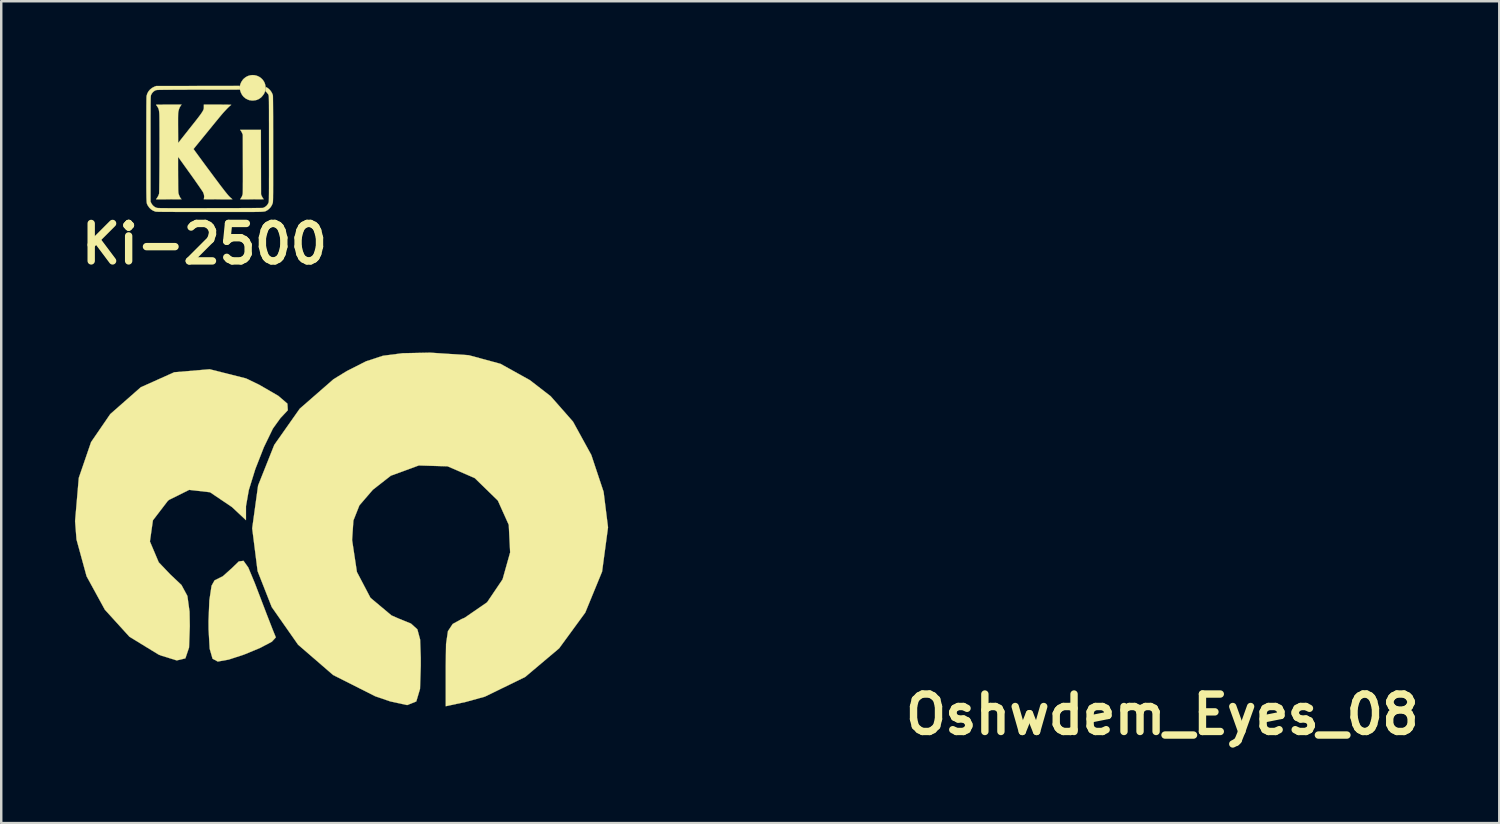
<source format=kicad_pcb>
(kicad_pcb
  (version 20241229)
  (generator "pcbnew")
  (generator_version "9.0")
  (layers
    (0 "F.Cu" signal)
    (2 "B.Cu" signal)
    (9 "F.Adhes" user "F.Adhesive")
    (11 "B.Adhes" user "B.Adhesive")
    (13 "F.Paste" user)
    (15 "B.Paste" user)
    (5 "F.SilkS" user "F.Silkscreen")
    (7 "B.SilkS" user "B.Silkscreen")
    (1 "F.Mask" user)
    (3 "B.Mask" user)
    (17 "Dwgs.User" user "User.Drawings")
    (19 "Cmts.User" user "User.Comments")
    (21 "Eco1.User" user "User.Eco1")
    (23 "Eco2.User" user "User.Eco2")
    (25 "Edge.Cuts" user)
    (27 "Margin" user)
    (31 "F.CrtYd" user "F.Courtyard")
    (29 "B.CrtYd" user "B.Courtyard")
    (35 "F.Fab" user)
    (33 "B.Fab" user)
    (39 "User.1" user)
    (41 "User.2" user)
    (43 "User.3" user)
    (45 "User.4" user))
  (footprint "Ki-2500"
    (layer "F.Cu")
    (at 5.494 2.802)
    (property "Reference" "Ki-2500" (at -0.225 4.075 0) (layer "F.SilkS") (effects (font (size 1.524 1.524) (thickness 0.3))))
    (attr through_hole)
    (fp_poly (pts (xy 2.075 0.744) (xy 2.078 2.057) (xy 2.1 2.113) (xy 2.12 2.153) (xy 2.143 2.194) (xy 2.154 2.212) (xy 2.185 2.255) (xy 1.707 2.258) (xy 1.611 2.258) (xy 1.521 2.259) (xy 1.44 2.259) (xy 1.369 2.259) (xy 1.31 2.258) (xy 1.266 2.258) (xy 1.239 2.257) (xy 1.229 2.256) (xy 1.235 2.247) (xy 1.249 2.227) (xy 1.253 2.221) (xy 1.3 2.143) (xy 1.329 2.056) (xy 1.331 2.047) (xy 1.332 2.03) (xy 1.334 2.001) (xy 1.336 1.959) (xy 1.337 1.903) (xy 1.338 1.832) (xy 1.339 1.746) (xy 1.339 1.644) (xy 1.34 1.526) (xy 1.34 1.39) (xy 1.34 1.236) (xy 1.34 1.064) (xy 1.339 0.872) (xy 1.339 0.808) (xy 1.336 -0.371) (xy 1.313 -0.426) (xy 1.294 -0.467) (xy 1.271 -0.508) (xy 1.259 -0.525) (xy 1.228 -0.569) (xy 2.072 -0.569) (xy 2.075 0.744)) (stroke (width 0.01) (type solid)) (fill yes) (layer "F.SilkS"))
    (fp_poly (pts (xy -1.193 -1.547) (xy -1.231 -1.483) (xy -1.261 -1.409) (xy -1.284 -1.32) (xy -1.285 -1.314) (xy -1.288 -1.295) (xy -1.291 -1.272) (xy -1.294 -1.244) (xy -1.296 -1.21) (xy -1.297 -1.167) (xy -1.298 -1.115) (xy -1.299 -1.051) (xy -1.299 -0.973) (xy -1.299 -0.88) (xy -1.299 -0.77) (xy -1.298 -0.642) (xy -1.298 -0.633) (xy -1.295 -0.032) (xy -1.158 -0.207) (xy -1.122 -0.251) (xy -1.077 -0.309) (xy -1.022 -0.378) (xy -0.961 -0.455) (xy -0.896 -0.538) (xy -0.828 -0.624) (xy -0.759 -0.711) (xy -0.706 -0.777) (xy -0.626 -0.878) (xy -0.558 -0.965) (xy -0.501 -1.039) (xy -0.452 -1.102) (xy -0.412 -1.156) (xy -0.378 -1.202) (xy -0.351 -1.241) (xy -0.328 -1.276) (xy -0.308 -1.307) (xy -0.291 -1.337) (xy -0.278 -1.361) (xy -0.264 -1.392) (xy -0.255 -1.42) (xy -0.25 -1.451) (xy -0.249 -1.494) (xy -0.249 -1.506) (xy -0.249 -1.595) (xy 0.307 -1.595) (xy 0.443 -1.595) (xy 0.561 -1.594) (xy 0.659 -1.593) (xy 0.739 -1.592) (xy 0.799 -1.591) (xy 0.84 -1.589) (xy 0.861 -1.586) (xy 0.864 -1.585) (xy 0.856 -1.575) (xy 0.853 -1.575) (xy 0.84 -1.568) (xy 0.816 -1.548) (xy 0.783 -1.517) (xy 0.742 -1.478) (xy 0.697 -1.433) (xy 0.65 -1.383) (xy 0.602 -1.332) (xy 0.556 -1.282) (xy 0.514 -1.234) (xy 0.481 -1.195) (xy 0.437 -1.143) (xy 0.385 -1.081) (xy 0.328 -1.011) (xy 0.267 -0.937) (xy 0.205 -0.862) (xy 0.153 -0.798) (xy 0.088 -0.718) (xy 0.014 -0.627) (xy -0.067 -0.528) (xy -0.15 -0.426) (xy -0.233 -0.324) (xy -0.312 -0.227) (xy -0.38 -0.144) (xy -0.44 -0.071) (xy -0.495 -0.003) (xy -0.545 0.058) (xy -0.588 0.111) (xy -0.623 0.155) (xy -0.649 0.187) (xy -0.664 0.207) (xy -0.668 0.212) (xy -0.662 0.221) (xy -0.645 0.245) (xy -0.618 0.283) (xy -0.581 0.335) (xy -0.534 0.398) (xy -0.48 0.473) (xy -0.418 0.557) (xy -0.349 0.651) (xy -0.275 0.752) (xy -0.195 0.86) (xy -0.111 0.974) (xy -0.023 1.092) (xy -0.015 1.102) (xy 0.099 1.256) (xy 0.202 1.395) (xy 0.294 1.518) (xy 0.377 1.629) (xy 0.45 1.726) (xy 0.516 1.811) (xy 0.573 1.886) (xy 0.624 1.951) (xy 0.669 2.006) (xy 0.708 2.054) (xy 0.742 2.094) (xy 0.773 2.128) (xy 0.8 2.156) (xy 0.825 2.18) (xy 0.847 2.201) (xy 0.865 2.215) (xy 0.89 2.236) (xy 0.906 2.251) (xy 0.91 2.257) (xy 0.899 2.258) (xy 0.87 2.258) (xy 0.824 2.258) (xy 0.764 2.259) (xy 0.69 2.259) (xy 0.605 2.259) (xy 0.511 2.259) (xy 0.409 2.258) (xy 0.327 2.258) (xy -0.252 2.255) (xy -0.242 2.212) (xy -0.235 2.138) (xy -0.247 2.059) (xy -0.278 1.977) (xy -0.28 1.973) (xy -0.292 1.952) (xy -0.315 1.916) (xy -0.349 1.866) (xy -0.392 1.803) (xy -0.443 1.729) (xy -0.502 1.644) (xy -0.568 1.55) (xy -0.639 1.448) (xy -0.716 1.34) (xy -0.797 1.226) (xy -0.805 1.215) (xy -0.88 1.111) (xy -0.951 1.011) (xy -1.019 0.917) (xy -1.081 0.83) (xy -1.137 0.752) (xy -1.186 0.684) (xy -1.227 0.626) (xy -1.259 0.581) (xy -1.282 0.549) (xy -1.295 0.532) (xy -1.297 0.529) (xy -1.298 0.538) (xy -1.298 0.566) (xy -1.299 0.611) (xy -1.299 0.671) (xy -1.299 0.746) (xy -1.299 0.832) (xy -1.299 0.93) (xy -1.299 1.037) (xy -1.298 1.151) (xy -1.298 1.25) (xy -1.297 1.39) (xy -1.296 1.512) (xy -1.296 1.616) (xy -1.295 1.704) (xy -1.294 1.778) (xy -1.293 1.839) (xy -1.292 1.889) (xy -1.29 1.929) (xy -1.288 1.96) (xy -1.286 1.985) (xy -1.284 2.005) (xy -1.281 2.02) (xy -1.277 2.034) (xy -1.276 2.037) (xy -1.254 2.1) (xy -1.228 2.158) (xy -1.201 2.205) (xy -1.182 2.229) (xy -1.158 2.255) (xy -1.676 2.258) (xy -1.777 2.258) (xy -1.871 2.259) (xy -1.956 2.259) (xy -2.032 2.259) (xy -2.095 2.259) (xy -2.145 2.258) (xy -2.178 2.258) (xy -2.194 2.257) (xy -2.195 2.257) (xy -2.189 2.248) (xy -2.174 2.228) (xy -2.164 2.215) (xy -2.126 2.158) (xy -2.093 2.092) (xy -2.071 2.032) (xy -2.07 2.016) (xy -2.068 1.981) (xy -2.067 1.928) (xy -2.065 1.86) (xy -2.064 1.776) (xy -2.063 1.679) (xy -2.061 1.569) (xy -2.06 1.449) (xy -2.059 1.319) (xy -2.058 1.181) (xy -2.057 1.036) (xy -2.056 0.885) (xy -2.056 0.73) (xy -2.055 0.573) (xy -2.054 0.414) (xy -2.054 0.255) (xy -2.054 0.097) (xy -2.054 -0.058) (xy -2.053 -0.209) (xy -2.054 -0.356) (xy -2.054 -0.495) (xy -2.054 -0.627) (xy -2.055 -0.749) (xy -2.055 -0.86) (xy -2.056 -0.96) (xy -2.057 -1.046) (xy -2.058 -1.118) (xy -2.059 -1.173) (xy -2.061 -1.211) (xy -2.061 -1.219) (xy -2.068 -1.299) (xy -2.077 -1.363) (xy -2.091 -1.416) (xy -2.109 -1.461) (xy -2.134 -1.504) (xy -2.155 -1.533) (xy -2.175 -1.56) (xy -2.189 -1.581) (xy -2.195 -1.59) (xy -2.185 -1.591) (xy -2.156 -1.592) (xy -2.112 -1.593) (xy -2.052 -1.594) (xy -1.98 -1.594) (xy -1.897 -1.595) (xy -1.806 -1.595) (xy -1.707 -1.595) (xy -1.676 -1.595) (xy -1.158 -1.595) (xy -1.193 -1.547)) (stroke (width 0.01) (type solid)) (fill yes) (layer "F.SilkS"))
    (fp_poly (pts (xy 1.817 -2.792) (xy 1.907 -2.77) (xy 1.993 -2.733) (xy 2.071 -2.681) (xy 2.14 -2.614) (xy 2.197 -2.533) (xy 2.212 -2.504) (xy 2.233 -2.454) (xy 2.25 -2.393) (xy 2.261 -2.332) (xy 2.266 -2.28) (xy 2.26 -2.216) (xy 2.243 -2.145) (xy 2.218 -2.076) (xy 2.209 -2.055) (xy 2.192 -2.026) (xy 2.167 -1.99) (xy 2.139 -1.954) (xy 2.11 -1.92) (xy 2.084 -1.892) (xy 2.063 -1.874) (xy 2.055 -1.87) (xy 2.04 -1.861) (xy 2.036 -1.854) (xy 2.027 -1.843) (xy 2.022 -1.844) (xy 2.01 -1.841) (xy 1.993 -1.828) (xy 1.978 -1.816) (xy 1.971 -1.814) (xy 1.971 -1.814) (xy 1.965 -1.815) (xy 1.957 -1.81) (xy 1.943 -1.803) (xy 1.937 -1.805) (xy 1.931 -1.804) (xy 1.93 -1.799) (xy 1.924 -1.792) (xy 1.92 -1.793) (xy 1.911 -1.792) (xy 1.91 -1.788) (xy 1.902 -1.781) (xy 1.89 -1.783) (xy 1.873 -1.784) (xy 1.869 -1.778) (xy 1.861 -1.772) (xy 1.844 -1.774) (xy 1.825 -1.776) (xy 1.819 -1.771) (xy 1.809 -1.767) (xy 1.784 -1.764) (xy 1.749 -1.762) (xy 1.737 -1.762) (xy 1.7 -1.763) (xy 1.671 -1.765) (xy 1.657 -1.769) (xy 1.656 -1.77) (xy 1.648 -1.774) (xy 1.631 -1.772) (xy 1.611 -1.771) (xy 1.605 -1.777) (xy 1.598 -1.783) (xy 1.59 -1.782) (xy 1.577 -1.782) (xy 1.575 -1.787) (xy 1.567 -1.793) (xy 1.56 -1.792) (xy 1.547 -1.793) (xy 1.544 -1.798) (xy 1.538 -1.805) (xy 1.534 -1.803) (xy 1.525 -1.805) (xy 1.524 -1.808) (xy 1.518 -1.815) (xy 1.514 -1.814) (xy 1.504 -1.815) (xy 1.504 -1.819) (xy 1.497 -1.825) (xy 1.494 -1.824) (xy 1.484 -1.825) (xy 1.483 -1.829) (xy 1.477 -1.835) (xy 1.473 -1.834) (xy 1.464 -1.835) (xy 1.463 -1.838) (xy 1.455 -1.848) (xy 1.449 -1.849) (xy 1.433 -1.857) (xy 1.429 -1.864) (xy 1.418 -1.878) (xy 1.412 -1.88) (xy 1.396 -1.888) (xy 1.372 -1.91) (xy 1.343 -1.943) (xy 1.313 -1.983) (xy 1.294 -2.012) (xy 1.26 -2.08) (xy 1.232 -2.16) (xy 1.216 -2.235) (xy 1.213 -2.252) (xy 1.211 -2.25) (xy 1.21 -2.233) (xy 1.209 -2.205) (xy -0.484 -2.202) (xy -0.709 -2.202) (xy -0.915 -2.202) (xy -1.102 -2.201) (xy -1.27 -2.201) (xy -1.422 -2.2) (xy -1.557 -2.199) (xy -1.677 -2.199) (xy -1.781 -2.198) (xy -1.872 -2.197) (xy -1.949 -2.196) (xy -2.014 -2.195) (xy -2.067 -2.194) (xy -2.108 -2.193) (xy -2.14 -2.192) (xy -2.162 -2.19) (xy -2.176 -2.189) (xy -2.182 -2.187) (xy -2.182 -2.187) (xy -2.191 -2.179) (xy -2.196 -2.18) (xy -2.212 -2.179) (xy -2.237 -2.167) (xy -2.269 -2.146) (xy -2.302 -2.12) (xy -2.332 -2.091) (xy -2.335 -2.087) (xy -2.363 -2.05) (xy -2.387 -2.008) (xy -2.397 -1.985) (xy -2.4 -1.978) (xy -2.402 -1.971) (xy -2.404 -1.963) (xy -2.406 -1.953) (xy -2.407 -1.94) (xy -2.409 -1.923) (xy -2.41 -1.901) (xy -2.412 -1.874) (xy -2.413 -1.841) (xy -2.414 -1.801) (xy -2.414 -1.752) (xy -2.415 -1.696) (xy -2.416 -1.629) (xy -2.416 -1.552) (xy -2.417 -1.464) (xy -2.417 -1.364) (xy -2.417 -1.251) (xy -2.418 -1.125) (xy -2.418 -0.984) (xy -2.418 -0.827) (xy -2.418 -0.654) (xy -2.418 -0.465) (xy -2.418 -0.257) (xy -2.418 -0.031) (xy -2.418 0.211) (xy -2.418 2.352) (xy -2.389 2.414) (xy -2.351 2.475) (xy -2.299 2.531) (xy -2.239 2.575) (xy -2.179 2.602) (xy -2.171 2.604) (xy -2.163 2.606) (xy -2.152 2.608) (xy -2.139 2.61) (xy -2.123 2.611) (xy -2.102 2.613) (xy -2.075 2.614) (xy -2.043 2.615) (xy -2.004 2.616) (xy -1.957 2.617) (xy -1.901 2.617) (xy -1.836 2.618) (xy -1.761 2.618) (xy -1.675 2.619) (xy -1.577 2.619) (xy -1.466 2.619) (xy -1.342 2.619) (xy -1.203 2.619) (xy -1.05 2.619) (xy -0.88 2.619) (xy -0.693 2.619) (xy -0.488 2.619) (xy -0.265 2.619) (xy -0.022 2.618) (xy 0.005 2.618) (xy 0.212 2.618) (xy 0.413 2.618) (xy 0.608 2.617) (xy 0.796 2.617) (xy 0.976 2.616) (xy 1.147 2.616) (xy 1.308 2.615) (xy 1.458 2.615) (xy 1.596 2.614) (xy 1.721 2.613) (xy 1.833 2.613) (xy 1.929 2.612) (xy 2.01 2.611) (xy 2.074 2.61) (xy 2.121 2.61) (xy 2.148 2.609) (xy 2.156 2.608) (xy 2.174 2.602) (xy 2.194 2.593) (xy 2.219 2.579) (xy 2.256 2.556) (xy 2.271 2.546) (xy 2.307 2.515) (xy 2.342 2.47) (xy 2.372 2.419) (xy 2.384 2.392) (xy 2.386 2.386) (xy 2.388 2.379) (xy 2.39 2.37) (xy 2.391 2.358) (xy 2.393 2.343) (xy 2.394 2.324) (xy 2.396 2.299) (xy 2.397 2.269) (xy 2.398 2.232) (xy 2.399 2.187) (xy 2.399 2.134) (xy 2.4 2.072) (xy 2.401 1.999) (xy 2.401 1.916) (xy 2.402 1.821) (xy 2.402 1.713) (xy 2.402 1.592) (xy 2.402 1.457) (xy 2.403 1.306) (xy 2.403 1.14) (xy 2.403 0.957) (xy 2.403 0.757) (xy 2.403 0.538) (xy 2.403 0.3) (xy 2.403 0.208) (xy 2.403 -0.037) (xy 2.403 -0.263) (xy 2.403 -0.47) (xy 2.403 -0.66) (xy 2.403 -0.832) (xy 2.402 -0.988) (xy 2.402 -1.129) (xy 2.402 -1.256) (xy 2.402 -1.368) (xy 2.401 -1.468) (xy 2.401 -1.556) (xy 2.4 -1.632) (xy 2.4 -1.699) (xy 2.399 -1.755) (xy 2.398 -1.803) (xy 2.397 -1.843) (xy 2.396 -1.876) (xy 2.395 -1.903) (xy 2.393 -1.924) (xy 2.392 -1.941) (xy 2.39 -1.954) (xy 2.388 -1.964) (xy 2.386 -1.972) (xy 2.384 -1.979) (xy 2.373 -2.008) (xy 2.362 -2.027) (xy 2.356 -2.032) (xy 2.347 -2.04) (xy 2.347 -2.042) (xy 2.34 -2.054) (xy 2.323 -2.075) (xy 2.306 -2.094) (xy 2.264 -2.135) (xy 2.271 -2.218) (xy 2.275 -2.257) (xy 2.278 -2.287) (xy 2.281 -2.303) (xy 2.282 -2.305) (xy 2.292 -2.302) (xy 2.313 -2.292) (xy 2.332 -2.281) (xy 2.398 -2.232) (xy 2.458 -2.168) (xy 2.509 -2.095) (xy 2.546 -2.016) (xy 2.559 -1.971) (xy 2.561 -1.955) (xy 2.562 -1.92) (xy 2.563 -1.865) (xy 2.564 -1.791) (xy 2.565 -1.698) (xy 2.566 -1.585) (xy 2.567 -1.452) (xy 2.568 -1.3) (xy 2.569 -1.127) (xy 2.569 -0.935) (xy 2.569 -0.723) (xy 2.57 -0.491) (xy 2.57 -0.239) (xy 2.57 0.034) (xy 2.57 0.215) (xy 2.57 0.46) (xy 2.57 0.686) (xy 2.57 0.894) (xy 2.57 1.083) (xy 2.57 1.256) (xy 2.57 1.412) (xy 2.57 1.553) (xy 2.57 1.68) (xy 2.569 1.793) (xy 2.569 1.893) (xy 2.569 1.981) (xy 2.568 2.058) (xy 2.567 2.124) (xy 2.567 2.182) (xy 2.566 2.23) (xy 2.565 2.271) (xy 2.564 2.304) (xy 2.563 2.332) (xy 2.561 2.354) (xy 2.56 2.372) (xy 2.558 2.386) (xy 2.556 2.397) (xy 2.554 2.406) (xy 2.552 2.415) (xy 2.55 2.42) (xy 2.515 2.504) (xy 2.465 2.582) (xy 2.402 2.65) (xy 2.331 2.704) (xy 2.304 2.719) (xy 2.292 2.725) (xy 2.282 2.731) (xy 2.271 2.736) (xy 2.261 2.741) (xy 2.249 2.745) (xy 2.235 2.749) (xy 2.218 2.753) (xy 2.198 2.756) (xy 2.173 2.759) (xy 2.142 2.761) (xy 2.106 2.764) (xy 2.062 2.766) (xy 2.01 2.767) (xy 1.95 2.769) (xy 1.88 2.77) (xy 1.8 2.771) (xy 1.709 2.772) (xy 1.605 2.772) (xy 1.489 2.773) (xy 1.359 2.773) (xy 1.215 2.773) (xy 1.055 2.773) (xy 0.879 2.773) (xy 0.687 2.773) (xy 0.476 2.773) (xy 0.247 2.773) (xy -0.002 2.773) (xy -0.015 2.773) (xy -0.27 2.773) (xy -0.506 2.772) (xy -0.723 2.772) (xy -0.922 2.772) (xy -1.103 2.772) (xy -1.267 2.771) (xy -1.416 2.771) (xy -1.549 2.77) (xy -1.668 2.77) (xy -1.773 2.769) (xy -1.864 2.769) (xy -1.944 2.768) (xy -2.011 2.767) (xy -2.068 2.766) (xy -2.114 2.765) (xy -2.151 2.764) (xy -2.179 2.762) (xy -2.199 2.761) (xy -2.211 2.76) (xy -2.215 2.759) (xy -2.312 2.721) (xy -2.397 2.667) (xy -2.469 2.598) (xy -2.527 2.515) (xy -2.538 2.494) (xy -2.544 2.482) (xy -2.55 2.472) (xy -2.555 2.461) (xy -2.559 2.451) (xy -2.564 2.439) (xy -2.567 2.425) (xy -2.571 2.407) (xy -2.574 2.386) (xy -2.577 2.36) (xy -2.579 2.329) (xy -2.581 2.291) (xy -2.583 2.246) (xy -2.585 2.193) (xy -2.586 2.131) (xy -2.587 2.06) (xy -2.588 1.978) (xy -2.589 1.884) (xy -2.59 1.779) (xy -2.59 1.66) (xy -2.59 1.527) (xy -2.591 1.38) (xy -2.591 1.217) (xy -2.591 1.038) (xy -2.591 0.841) (xy -2.591 0.626) (xy -2.591 0.393) (xy -2.591 0.215) (xy -2.591 -0.053) (xy -2.591 -0.3) (xy -2.59 -0.529) (xy -2.59 -0.738) (xy -2.59 -0.929) (xy -2.589 -1.102) (xy -2.589 -1.258) (xy -2.588 -1.396) (xy -2.588 -1.518) (xy -2.587 -1.624) (xy -2.586 -1.715) (xy -2.585 -1.79) (xy -2.584 -1.85) (xy -2.583 -1.897) (xy -2.581 -1.929) (xy -2.58 -1.948) (xy -2.579 -1.953) (xy -2.549 -2.048) (xy -2.502 -2.134) (xy -2.438 -2.209) (xy -2.36 -2.272) (xy -2.27 -2.321) (xy -2.25 -2.329) (xy -2.189 -2.352) (xy 1.208 -2.357) (xy 1.212 -2.329) (xy 1.215 -2.311) (xy 1.216 -2.312) (xy 1.218 -2.332) (xy 1.218 -2.332) (xy 1.229 -2.403) (xy 1.256 -2.477) (xy 1.296 -2.551) (xy 1.345 -2.618) (xy 1.376 -2.65) (xy 1.455 -2.713) (xy 1.54 -2.758) (xy 1.631 -2.786) (xy 1.724 -2.797) (xy 1.817 -2.792)) (stroke (width 0.01) (type solid)) (fill yes) (layer "F.SilkS")))
  (footprint "Oshwdem_Eyes_08"
    (layer "F.Cu")
    (at 10.769 18.281)
    (property "Reference" "Oshwdem_Eyes_08" (at 33.477 7.744 0) (layer "F.SilkS") (effects (font (size 1.524 1.524) (thickness 0.3))))
    (attr through_hole)
    (fp_poly (pts (xy -3.716 1.761) (xy -3.448 2.405) (xy -3.278 2.849) (xy -2.96 3.681) (xy -2.714 4.312) (xy -2.595 4.604) (xy -2.756 4.78) (xy -3.239 5.035) (xy -3.878 5.3) (xy -4.509 5.507) (xy -4.958 5.588) (xy -5.17 5.473) (xy -5.287 5.067) (xy -5.332 4.277) (xy -5.334 3.937) (xy -5.3 3.096) (xy -5.21 2.502) (xy -5.09 2.286) (xy -4.752 2.117) (xy -4.365 1.77) (xy -4.103 1.515) (xy -3.91 1.489) (xy -3.716 1.761)) (stroke (width 0.01) (type solid)) (fill yes) (layer "F.SilkS"))
    (fp_poly (pts (xy -3.806 -5.932) (xy -3.273 -5.675) (xy -2.496 -5.225) (xy -2.125 -4.907) (xy -2.108 -4.638) (xy -2.391 -4.336) (xy -2.403 -4.326) (xy -2.715 -3.892) (xy -3.079 -3.14) (xy -3.429 -2.247) (xy -3.695 -1.389) (xy -3.809 -0.741) (xy -3.81 -0.708) (xy -3.81 -0.165) (xy -4.381 -0.699) (xy -5.273 -1.301) (xy -6.122 -1.398) (xy -6.939 -0.992) (xy -6.992 -0.948) (xy -7.597 -0.158) (xy -7.719 0.702) (xy -7.36 1.55) (xy -6.9 2.033) (xy -6.434 2.474) (xy -6.194 2.919) (xy -6.106 3.558) (xy -6.096 4.146) (xy -6.127 5.018) (xy -6.276 5.458) (xy -6.626 5.542) (xy -7.259 5.346) (xy -7.366 5.304) (xy -8.551 4.579) (xy -9.552 3.478) (xy -10.296 2.118) (xy -10.706 0.621) (xy -10.764 -0.127) (xy -10.613 -1.886) (xy -10.113 -3.343) (xy -9.332 -4.482) (xy -8.091 -5.573) (xy -6.729 -6.184) (xy -5.287 -6.306) (xy -3.806 -5.932)) (stroke (width 0.01) (type solid)) (fill yes) (layer "F.SilkS"))
    (fp_poly (pts (xy 3.683 -6.981) (xy 5.255 -6.877) (xy 6.544 -6.528) (xy 7.742 -5.863) (xy 8.587 -5.209) (xy 9.497 -4.175) (xy 10.242 -2.818) (xy 10.742 -1.317) (xy 10.922 0.127) (xy 10.68 1.93) (xy 9.996 3.596) (xy 8.932 5.051) (xy 7.55 6.216) (xy 5.913 7.015) (xy 5.144 7.228) (xy 4.318 7.406) (xy 4.318 5.766) (xy 4.331 4.874) (xy 4.408 4.352) (xy 4.601 4.059) (xy 4.967 3.857) (xy 5.087 3.807) (xy 6.001 3.177) (xy 6.631 2.244) (xy 6.939 1.146) (xy 6.883 0.025) (xy 6.439 -0.962) (xy 5.499 -1.877) (xy 4.394 -2.356) (xy 3.222 -2.391) (xy 2.083 -1.974) (xy 1.352 -1.402) (xy 0.805 -0.767) (xy 0.561 -0.151) (xy 0.508 0.643) (xy 0.704 1.943) (xy 1.256 2.995) (xy 2.111 3.711) (xy 2.427 3.849) (xy 2.903 4.042) (xy 3.164 4.277) (xy 3.276 4.693) (xy 3.302 5.431) (xy 3.302 5.766) (xy 3.272 6.701) (xy 3.12 7.211) (xy 2.748 7.359) (xy 2.062 7.21) (xy 1.448 7) (xy -0.264 6.136) (xy -1.69 4.902) (xy -2.762 3.37) (xy -3.337 1.909) (xy -3.557 0.167) (xy -3.317 -1.576) (xy -2.659 -3.228) (xy -1.623 -4.7) (xy -0.249 -5.9) (xy 0.299 -6.236) (xy 1.075 -6.629) (xy 1.764 -6.855) (xy 2.562 -6.958) (xy 3.668 -6.981) (xy 3.683 -6.981)) (stroke (width 0.01) (type solid)) (fill yes) (layer "F.SilkS")))
  (gr_rect
    (start -3 -3)
    (end 57.957 30.443)
    (stroke (width 0.1) (type default))
    (fill no)
    (layer "Edge.Cuts")))
</source>
